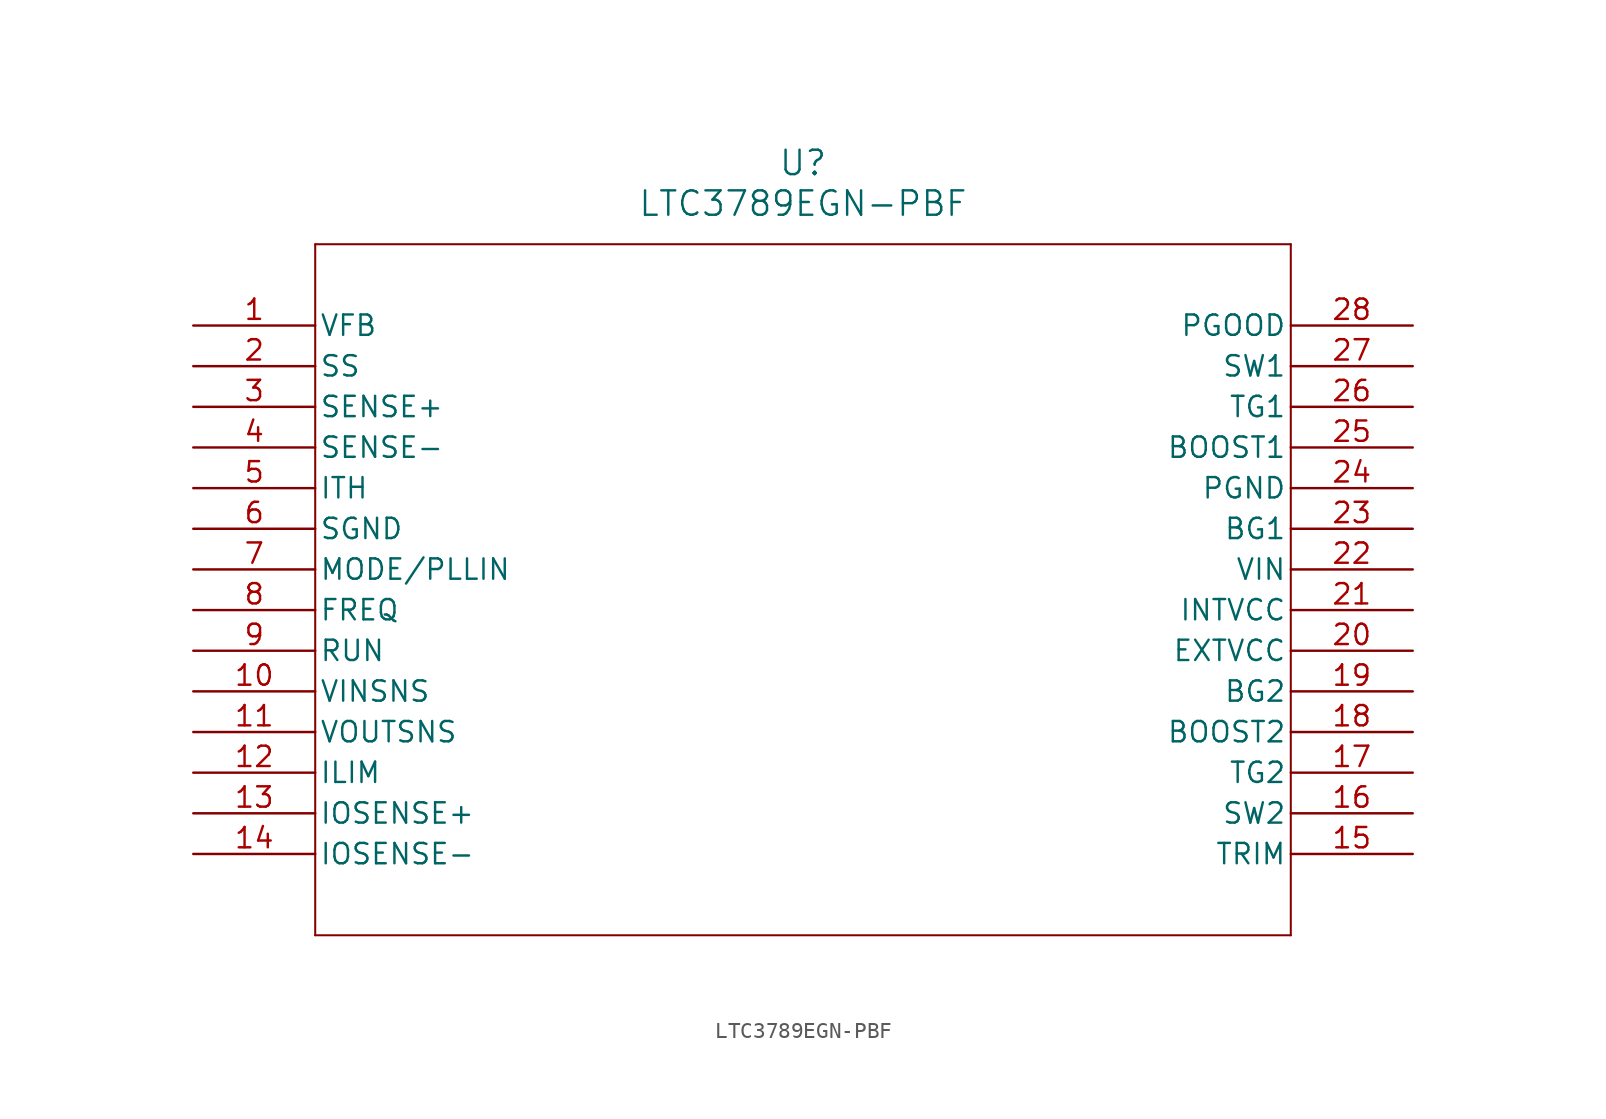
<source format=kicad_sym>
(kicad_symbol_lib
  (version 20211014)
  (generator kicad_symbol_editor)
  (symbol "LTC3789EGN-PBF"
    (pin_names
      (offset 0.254))
    (property "Reference" "U"
      (at 38.1 10.16 0)
      (effects (font (size 1.524 1.524))))
    (property "Value" "LTC3789EGN-PBF"
      (at 38.1 7.62 0)
      (effects (font (size 1.524 1.524))))
    (symbol "LTC3789EGN-PBF_0_1"
      (polyline (pts (xy 7.62 5.08) (xy 7.62 -38.1)) (stroke (width 0.127) (type default) (color 0 0 0 0)) (fill (type none)))
      (polyline (pts (xy 7.62 -38.1) (xy 68.58 -38.1)) (stroke (width 0.127) (type default) (color 0 0 0 0)) (fill (type none)))
      (polyline (pts (xy 68.58 -38.1) (xy 68.58 5.08)) (stroke (width 0.127) (type default) (color 0 0 0 0)) (fill (type none)))
      (polyline (pts (xy 68.58 5.08) (xy 7.62 5.08)) (stroke (width 0.127) (type default) (color 0 0 0 0)) (fill (type none)))
      (pin output line (at 0 0 0) (length 7.62) (name "VFB" (effects (font (size 1.27 1.27)))) (number "1" (effects (font (size 1.27 1.27)))))
      (pin input line (at 0 -2.54 0) (length 7.62) (name "SS" (effects (font (size 1.27 1.27)))) (number "2" (effects (font (size 1.27 1.27)))))
      (pin input line (at 0 -5.08 0) (length 7.62) (name "SENSE+" (effects (font (size 1.27 1.27)))) (number "3" (effects (font (size 1.27 1.27)))))
      (pin input line (at 0 -7.62 0) (length 7.62) (name "SENSE-" (effects (font (size 1.27 1.27)))) (number "4" (effects (font (size 1.27 1.27)))))
      (pin output line (at 0 -10.16 0) (length 7.62) (name "ITH" (effects (font (size 1.27 1.27)))) (number "5" (effects (font (size 1.27 1.27)))))
      (pin power_in line (at 0 -12.7 0) (length 7.62) (name "SGND" (effects (font (size 1.27 1.27)))) (number "6" (effects (font (size 1.27 1.27)))))
      (pin input line (at 0 -15.24 0) (length 7.62) (name "MODE/PLLIN" (effects (font (size 1.27 1.27)))) (number "7" (effects (font (size 1.27 1.27)))))
      (pin unspecified line (at 0 -17.78 0) (length 7.62) (name "FREQ" (effects (font (size 1.27 1.27)))) (number "8" (effects (font (size 1.27 1.27)))))
      (pin input line (at 0 -20.32 0) (length 7.62) (name "RUN" (effects (font (size 1.27 1.27)))) (number "9" (effects (font (size 1.27 1.27)))))
      (pin input line (at 0 -22.86 0) (length 7.62) (name "VINSNS" (effects (font (size 1.27 1.27)))) (number "10" (effects (font (size 1.27 1.27)))))
      (pin output line (at 0 -25.4 0) (length 7.62) (name "VOUTSNS" (effects (font (size 1.27 1.27)))) (number "11" (effects (font (size 1.27 1.27)))))
      (pin bidirectional line (at 0 -27.94 0) (length 7.62) (name "ILIM" (effects (font (size 1.27 1.27)))) (number "12" (effects (font (size 1.27 1.27)))))
      (pin bidirectional line (at 0 -30.48 0) (length 7.62) (name "IOSENSE+" (effects (font (size 1.27 1.27)))) (number "13" (effects (font (size 1.27 1.27)))))
      (pin bidirectional line (at 0 -33.02 0) (length 7.62) (name "IOSENSE-" (effects (font (size 1.27 1.27)))) (number "14" (effects (font (size 1.27 1.27)))))
      (pin unspecified line (at 76.2 -33.02 180) (length 7.62) (name "TRIM" (effects (font (size 1.27 1.27)))) (number "15" (effects (font (size 1.27 1.27)))))
      (pin unspecified line (at 76.2 -30.48 180) (length 7.62) (name "SW2" (effects (font (size 1.27 1.27)))) (number "16" (effects (font (size 1.27 1.27)))))
      (pin output line (at 76.2 -27.94 180) (length 7.62) (name "TG2" (effects (font (size 1.27 1.27)))) (number "17" (effects (font (size 1.27 1.27)))))
      (pin unspecified line (at 76.2 -25.4 180) (length 7.62) (name "BOOST2" (effects (font (size 1.27 1.27)))) (number "18" (effects (font (size 1.27 1.27)))))
      (pin unspecified line (at 76.2 -22.86 180) (length 7.62) (name "BG2" (effects (font (size 1.27 1.27)))) (number "19" (effects (font (size 1.27 1.27)))))
      (pin input line (at 76.2 -20.32 180) (length 7.62) (name "EXTVCC" (effects (font (size 1.27 1.27)))) (number "20" (effects (font (size 1.27 1.27)))))
      (pin output line (at 76.2 -17.78 180) (length 7.62) (name "INTVCC" (effects (font (size 1.27 1.27)))) (number "21" (effects (font (size 1.27 1.27)))))
      (pin input line (at 76.2 -15.24 180) (length 7.62) (name "VIN" (effects (font (size 1.27 1.27)))) (number "22" (effects (font (size 1.27 1.27)))))
      (pin unspecified line (at 76.2 -12.7 180) (length 7.62) (name "BG1" (effects (font (size 1.27 1.27)))) (number "23" (effects (font (size 1.27 1.27)))))
      (pin power_in line (at 76.2 -10.16 180) (length 7.62) (name "PGND" (effects (font (size 1.27 1.27)))) (number "24" (effects (font (size 1.27 1.27)))))
      (pin unspecified line (at 76.2 -7.62 180) (length 7.62) (name "BOOST1" (effects (font (size 1.27 1.27)))) (number "25" (effects (font (size 1.27 1.27)))))
      (pin output line (at 76.2 -5.08 180) (length 7.62) (name "TG1" (effects (font (size 1.27 1.27)))) (number "26" (effects (font (size 1.27 1.27)))))
      (pin unspecified line (at 76.2 -2.54 180) (length 7.62) (name "SW1" (effects (font (size 1.27 1.27)))) (number "27" (effects (font (size 1.27 1.27)))))
      (pin output line (at 76.2 0 180) (length 7.62) (name "PGOOD" (effects (font (size 1.27 1.27)))) (number "28" (effects (font (size 1.27 1.27))))))))
</source>
